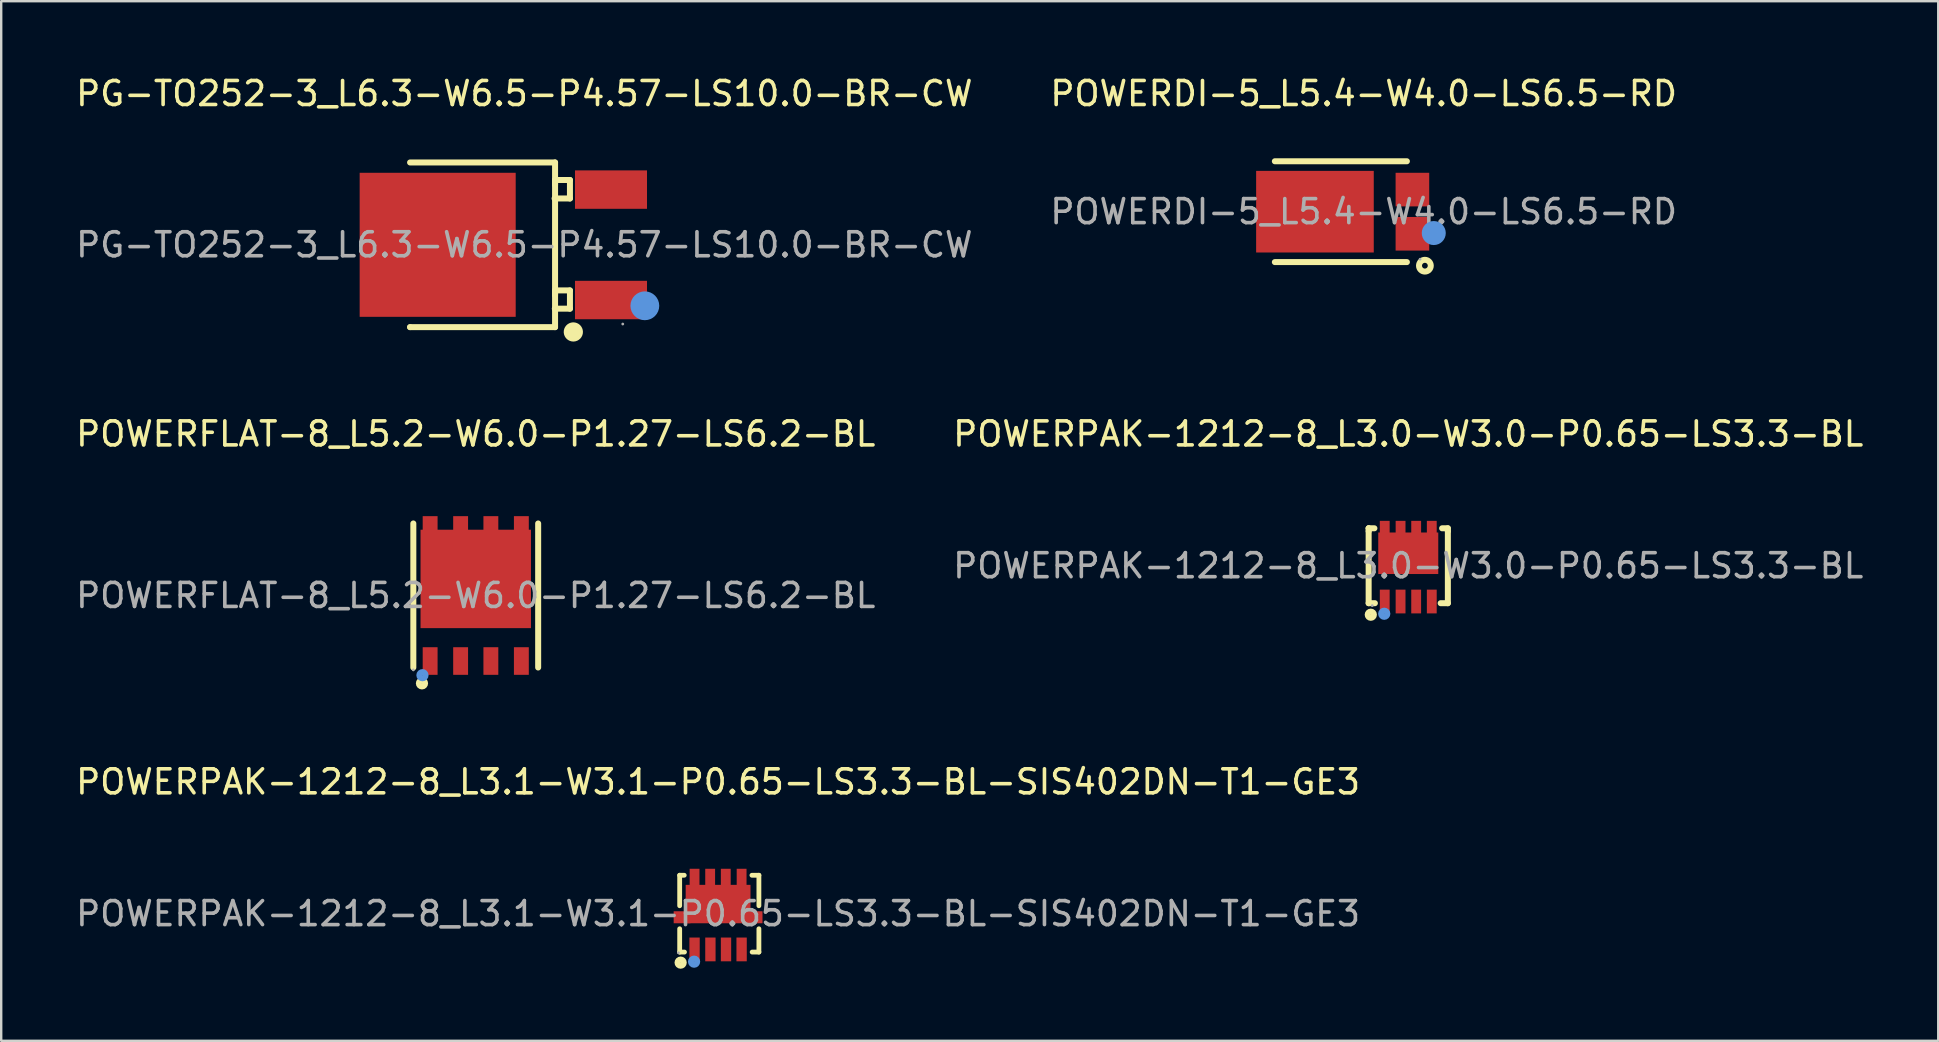
<source format=kicad_pcb>
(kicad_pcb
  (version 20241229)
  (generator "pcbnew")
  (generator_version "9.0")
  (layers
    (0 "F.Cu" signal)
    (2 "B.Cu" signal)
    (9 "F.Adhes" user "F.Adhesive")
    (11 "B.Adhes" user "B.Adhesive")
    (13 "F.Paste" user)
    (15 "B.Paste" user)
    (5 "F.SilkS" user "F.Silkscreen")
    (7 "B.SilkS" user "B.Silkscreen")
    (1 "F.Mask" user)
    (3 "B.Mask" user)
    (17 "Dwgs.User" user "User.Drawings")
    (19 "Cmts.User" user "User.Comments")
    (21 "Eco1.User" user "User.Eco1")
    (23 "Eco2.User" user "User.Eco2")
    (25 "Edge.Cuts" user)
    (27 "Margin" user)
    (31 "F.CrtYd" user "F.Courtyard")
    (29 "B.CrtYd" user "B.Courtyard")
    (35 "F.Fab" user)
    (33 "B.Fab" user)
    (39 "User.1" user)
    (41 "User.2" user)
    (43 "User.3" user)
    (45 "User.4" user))
  (footprint "POWERPAK-1212-8_L3.0-W3.0-P0.65-LS3.3-BL"
    (layer "F.Cu")
    (at 55.613 20.517)
    (property "Reference" "POWERPAK-1212-8_L3.0-W3.0-P0.65-LS3.3-BL" (at 0 -5.49 0) (layer "F.SilkS") (effects (font (size 1 1) (thickness 0.15))))
    (attr through_hole)
    (fp_line (start -1.65 -1.56) (end -1.65 -1.56) (stroke (width 0.25) (type solid)) (layer "F.SilkS"))
    (fp_line (start -1.65 -1.56) (end -1.65 -1.44) (stroke (width 0.25) (type solid)) (layer "F.SilkS"))
    (fp_line (start -1.65 1.56) (end -1.65 -1.44) (stroke (width 0.25) (type solid)) (layer "F.SilkS"))
    (fp_line (start -1.65 1.56) (end -1.39 1.56) (stroke (width 0.25) (type solid)) (layer "F.SilkS"))
    (fp_line (start -1.41 -1.56) (end -1.65 -1.56) (stroke (width 0.25) (type solid)) (layer "F.SilkS"))
    (fp_line (start 1.65 -1.56) (end 1.41 -1.56) (stroke (width 0.25) (type solid)) (layer "F.SilkS"))
    (fp_line (start 1.65 -1.44) (end 1.65 -1.56) (stroke (width 0.25) (type solid)) (layer "F.SilkS"))
    (fp_line (start 1.65 1.56) (end 1.35 1.56) (stroke (width 0.25) (type solid)) (layer "F.SilkS"))
    (fp_line (start 1.65 1.56) (end 1.65 -1.44) (stroke (width 0.25) (type solid)) (layer "F.SilkS"))
    (fp_circle (center -1.56 2.04) (end -1.43 2.04) (stroke (width 0.25) (type solid)) (fill no) (layer "F.SilkS"))
    (fp_circle (center -1 2) (end -0.87 2) (stroke (width 0.25) (type solid)) (fill no) (layer "Cmts.User"))
    (fp_circle (center -1.5 1.66) (end -1.47 1.66) (stroke (width 0.06) (type solid)) (fill no) (layer "F.Fab"))
    (fp_text user "${REFERENCE}" (at 0 0 0) (layer "F.Fab") (effects (font (size 1 1) (thickness 0.15))))
    (pad "1" smd rect (at -0.98 1.49) (size 0.41 0.99) (layers "F.Cu" "F.Mask" "F.Paste"))
    (pad "2" smd rect (at -0.32 1.49) (size 0.41 0.99) (layers "F.Cu" "F.Mask" "F.Paste"))
    (pad "3" smd rect (at 0.33 1.49) (size 0.41 0.99) (layers "F.Cu" "F.Mask" "F.Paste"))
    (pad "4" smd rect (at 0.98 1.49) (size 0.41 0.99) (layers "F.Cu" "F.Mask" "F.Paste"))
    (pad "5" smd rect (at 0.98 -1.49) (size 0.41 0.76) (layers "F.Cu" "F.Mask" "F.Paste"))
    (pad "6" smd rect (at 0.33 -1.49) (size 0.41 0.76) (layers "F.Cu" "F.Mask" "F.Paste"))
    (pad "7" smd rect (at -0.32 -1.49) (size 0.41 0.76) (layers "F.Cu" "F.Mask" "F.Paste"))
    (pad "8" smd rect (at -0.98 -1.49) (size 0.41 0.76) (layers "F.Cu" "F.Mask" "F.Paste"))
    (pad "8" smd rect (at 0 -0.52) (size 2.5 1.73) (layers "F.Cu" "F.Mask" "F.Paste")))
  (footprint "PG-TO252-3_L6.3-W6.5-P4.57-LS10.0-BR-CW"
    (layer "F.Cu")
    (at 18.792 7.148)
    (property "Reference" "PG-TO252-3_L6.3-W6.5-P4.57-LS10.0-BR-CW" (at 0 -6.3 0) (layer "F.SilkS") (effects (font (size 1 1) (thickness 0.15))))
    (attr through_hole)
    (fp_line (start -4.76 3.43) (end -4.76 3.43) (stroke (width 0.25) (type solid)) (layer "F.SilkS"))
    (fp_line (start -4.76 3.43) (end 1.28 3.43) (stroke (width 0.25) (type solid)) (layer "F.SilkS"))
    (fp_line (start 1.26 -1.93) (end 1.9 -1.93) (stroke (width 0.25) (type solid)) (layer "F.SilkS"))
    (fp_line (start 1.27 2.66) (end 1.9 2.66) (stroke (width 0.25) (type solid)) (layer "F.SilkS"))
    (fp_line (start 1.28 -3.43) (end -4.76 -3.43) (stroke (width 0.25) (type solid)) (layer "F.SilkS"))
    (fp_line (start 1.28 -2.7) (end 1.28 -2.5) (stroke (width 0.25) (type solid)) (layer "F.SilkS"))
    (fp_line (start 1.28 1.9) (end 1.28 2.1) (stroke (width 0.25) (type solid)) (layer "F.SilkS"))
    (fp_line (start 1.28 3.43) (end 1.28 -3.43) (stroke (width 0.25) (type solid)) (layer "F.SilkS"))
    (fp_line (start 1.9 -2.7) (end 1.28 -2.7) (stroke (width 0.25) (type solid)) (layer "F.SilkS"))
    (fp_line (start 1.9 -1.93) (end 1.9 -2.7) (stroke (width 0.25) (type solid)) (layer "F.SilkS"))
    (fp_line (start 1.9 1.9) (end 1.28 1.9) (stroke (width 0.25) (type solid)) (layer "F.SilkS"))
    (fp_line (start 1.9 2.66) (end 1.9 1.9) (stroke (width 0.25) (type solid)) (layer "F.SilkS"))
    (fp_arc (start 2.04 3.43) (mid 2.045009 3.829937) (end 2.029986 3.430251) (stroke (width 0.4) (type solid)) (layer "F.SilkS"))
    (fp_circle (center 5.02 2.54) (end 5.32 2.54) (stroke (width 0.6) (type solid)) (fill no) (layer "Cmts.User"))
    (fp_circle (center 4.1 3.3) (end 4.13 3.3) (stroke (width 0.06) (type solid)) (fill no) (layer "F.Fab"))
    (fp_text user "${REFERENCE}" (at 0 0 0) (layer "F.Fab") (effects (font (size 1 1) (thickness 0.15))))
    (pad "1" smd rect (at 3.61 2.3) (size 3 1.6) (layers "F.Cu" "F.Mask" "F.Paste"))
    (pad "2" smd rect (at -3.61 0) (size 6.5 6) (layers "F.Cu" "F.Mask" "F.Paste"))
    (pad "3" smd rect (at 3.61 -2.3) (size 3 1.6) (layers "F.Cu" "F.Mask" "F.Paste")))
  (footprint "POWERFLAT-8_L5.2-W6.0-P1.27-LS6.2-BL"
    (layer "F.Cu")
    (at 16.768 21.756)
    (property "Reference" "POWERFLAT-8_L5.2-W6.0-P1.27-LS6.2-BL" (at 0 -6.73 0) (layer "F.SilkS") (effects (font (size 1 1) (thickness 0.15))))
    (attr through_hole)
    (fp_line (start -2.6 -3) (end -2.6 3) (stroke (width 0.25) (type solid)) (layer "F.SilkS"))
    (fp_line (start 2.6 -3) (end 2.6 3) (stroke (width 0.25) (type solid)) (layer "F.SilkS"))
    (fp_circle (center -2.24 3.66) (end -2.11 3.66) (stroke (width 0.25) (type solid)) (fill no) (layer "F.SilkS"))
    (fp_circle (center -2.22 3.32) (end -2.09 3.32) (stroke (width 0.25) (type solid)) (fill no) (layer "Cmts.User"))
    (fp_circle (center -2.6 3.1) (end -2.57 3.1) (stroke (width 0.06) (type solid)) (fill no) (layer "F.Fab"))
    (fp_text user "${REFERENCE}" (at 0 0 0) (layer "F.Fab") (effects (font (size 1 1) (thickness 0.15))))
    (pad "1" smd rect (at -1.9 2.73) (size 0.62 1.15) (layers "F.Cu" "F.Mask" "F.Paste"))
    (pad "2" smd rect (at -0.63 2.73) (size 0.62 1.15) (layers "F.Cu" "F.Mask" "F.Paste"))
    (pad "3" smd rect (at 0.63 2.73) (size 0.62 1.15) (layers "F.Cu" "F.Mask" "F.Paste"))
    (pad "4" smd rect (at 1.9 2.73) (size 0.62 1.15) (layers "F.Cu" "F.Mask" "F.Paste"))
    (pad "5" smd rect (at 1.9 -2.73) (size 0.62 1.15) (layers "F.Cu" "F.Mask" "F.Paste"))
    (pad "6" smd rect (at 0.63 -2.73) (size 0.62 1.15) (layers "F.Cu" "F.Mask" "F.Paste"))
    (pad "7" smd rect (at -0.63 -2.73) (size 0.62 1.15) (layers "F.Cu" "F.Mask" "F.Paste"))
    (pad "8" smd rect (at -1.9 -2.73) (size 0.62 1.15) (layers "F.Cu" "F.Mask" "F.Paste"))
    (pad "8" smd rect (at 0 -0.69) (size 4.6 4.1) (layers "F.Cu" "F.Mask" "F.Paste")))
  (footprint "POWERDI-5_L5.4-W4.0-LS6.5-RD"
    (layer "F.Cu")
    (at 53.756 5.768)
    (property "Reference" "POWERDI-5_L5.4-W4.0-LS6.5-RD" (at 0 -4.92 0) (layer "F.SilkS") (effects (font (size 1 1) (thickness 0.15))))
    (attr through_hole)
    (fp_line (start -3.7 2.1) (end 1.8 2.1) (stroke (width 0.25) (type solid)) (layer "F.SilkS"))
    (fp_line (start 1.8 -2.1) (end -3.7 -2.1) (stroke (width 0.25) (type solid)) (layer "F.SilkS"))
    (fp_circle (center 2.55 2.25) (end 2.67 2.25) (stroke (width 0.25) (type solid)) (fill no) (layer "F.SilkS"))
    (fp_circle (center 2.92 0.89) (end 3.17 0.89) (stroke (width 0.5) (type solid)) (fill no) (layer "Cmts.User"))
    (fp_circle (center 2.35 1.98) (end 2.38 1.98) (stroke (width 0.06) (type solid)) (fill no) (layer "F.Fab"))
    (fp_text user "${REFERENCE}" (at 0 0 0) (layer "F.Fab") (effects (font (size 1 1) (thickness 0.15))))
    (pad "1" smd rect (at 2.03 0.92 90) (size 1.4 1.4) (layers "F.Cu" "F.Mask" "F.Paste"))
    (pad "2" smd rect (at 2.03 -0.92 90) (size 1.4 1.4) (layers "F.Cu" "F.Mask" "F.Paste"))
    (pad "3" smd rect (at -2.03 0 90) (size 3.4 4.9) (layers "F.Cu" "F.Mask" "F.Paste")))
  (footprint "POWERPAK-1212-8_L3.1-W3.1-P0.65-LS3.3-BL-SIS402DN-T1-GE3"
    (layer "F.Cu")
    (at 26.863 35.01)
    (property "Reference" "POWERPAK-1212-8_L3.1-W3.1-P0.65-LS3.3-BL-SIS402DN-T1-GE3" (at 0 -5.49 0) (layer "F.SilkS") (effects (font (size 1 1) (thickness 0.15))))
    (attr through_hole)
    (fp_line (start -1.6 -1.6) (end -1.6 -0.33) (stroke (width 0.2) (type solid)) (layer "F.SilkS"))
    (fp_line (start -1.6 -1.6) (end -1.41 -1.6) (stroke (width 0.2) (type solid)) (layer "F.SilkS"))
    (fp_line (start -1.6 0.63) (end -1.6 1.6) (stroke (width 0.2) (type solid)) (layer "F.SilkS"))
    (fp_line (start -1.4 1.6) (end -1.6 1.6) (stroke (width 0.2) (type solid)) (layer "F.SilkS"))
    (fp_line (start 1.41 -1.6) (end 1.7 -1.6) (stroke (width 0.2) (type solid)) (layer "F.SilkS"))
    (fp_line (start 1.7 -1.6) (end 1.7 -0.33) (stroke (width 0.2) (type solid)) (layer "F.SilkS"))
    (fp_line (start 1.7 0.63) (end 1.7 1.6) (stroke (width 0.2) (type solid)) (layer "F.SilkS"))
    (fp_line (start 1.7 1.6) (end 1.42 1.6) (stroke (width 0.2) (type solid)) (layer "F.SilkS"))
    (fp_circle (center -1.56 2.04) (end -1.43 2.04) (stroke (width 0.25) (type solid)) (fill no) (layer "F.SilkS"))
    (fp_circle (center -1 2) (end -0.87 2) (stroke (width 0.25) (type solid)) (fill no) (layer "Cmts.User"))
    (fp_circle (center -1.65 1.63) (end -1.62 1.63) (stroke (width 0.06) (type solid)) (fill no) (layer "F.Fab"))
    (fp_text user "${REFERENCE}" (at 0 0 0) (layer "F.Fab") (effects (font (size 1 1) (thickness 0.15))))
    (pad "1" smd rect (at -0.98 1.49) (size 0.43 0.99) (layers "F.Cu" "F.Mask" "F.Paste"))
    (pad "2" smd rect (at -0.32 1.49) (size 0.43 0.99) (layers "F.Cu" "F.Mask" "F.Paste"))
    (pad "3" smd rect (at 0.33 1.49) (size 0.43 0.99) (layers "F.Cu" "F.Mask" "F.Paste"))
    (pad "4" smd rect (at 0.98 1.49) (size 0.43 0.99) (layers "F.Cu" "F.Mask" "F.Paste"))
    (pad "5" smd rect (at 0.98 -1.49) (size 0.41 0.76) (layers "F.Cu" "F.Mask" "F.Paste"))
    (pad "6" smd rect (at 0.32 -1.49) (size 0.41 0.76) (layers "F.Cu" "F.Mask" "F.Paste"))
    (pad "7" smd rect (at -0.33 -1.49) (size 0.41 0.76) (layers "F.Cu" "F.Mask" "F.Paste"))
    (pad "8" smd rect (at -1.5 0.15 180) (size 0.7 0.5) (layers "F.Cu" "F.Mask" "F.Paste"))
    (pad "8" smd rect (at -0.98 -1.49) (size 0.41 0.76) (layers "F.Cu" "F.Mask" "F.Paste"))
    (pad "8" smd rect (at 0 -0.4) (size 2.7 1.6) (layers "F.Cu" "F.Mask" "F.Paste"))
    (pad "8" smd rect (at 1.5 0.15) (size 0.7 0.5) (layers "F.Cu" "F.Mask" "F.Paste")))
  (gr_rect
    (start -3 -3)
    (end 77.69 40.305)
    (stroke (width 0.1) (type default))
    (fill no)
    (layer "Edge.Cuts")))
</source>
